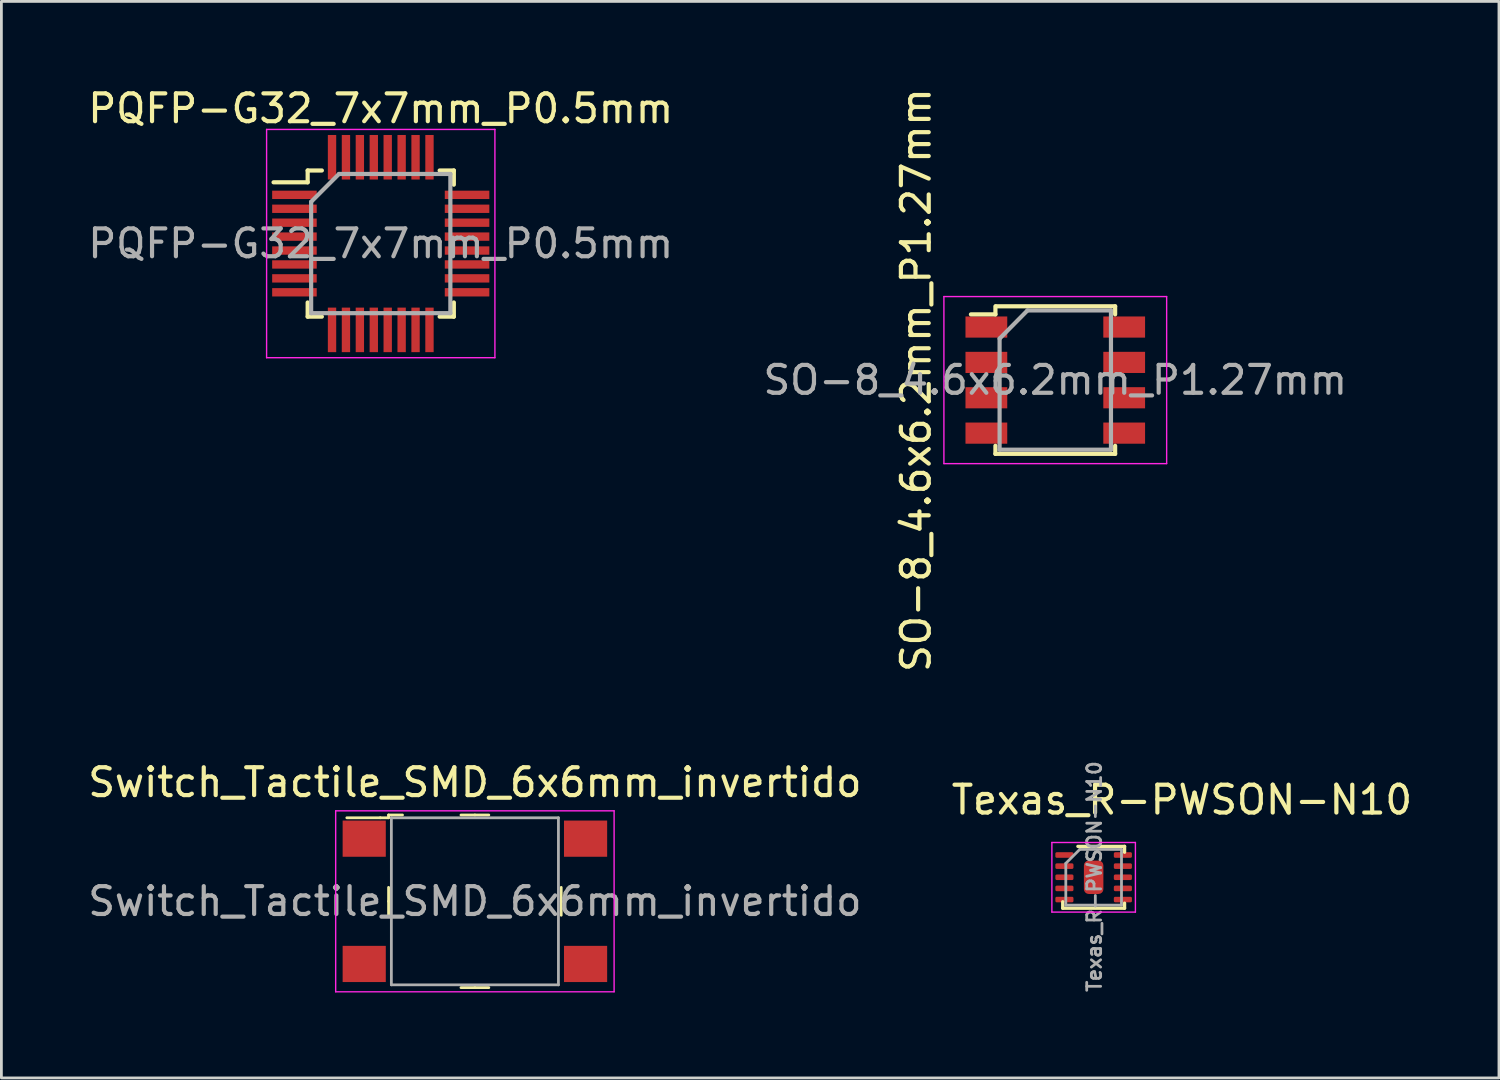
<source format=kicad_pcb>
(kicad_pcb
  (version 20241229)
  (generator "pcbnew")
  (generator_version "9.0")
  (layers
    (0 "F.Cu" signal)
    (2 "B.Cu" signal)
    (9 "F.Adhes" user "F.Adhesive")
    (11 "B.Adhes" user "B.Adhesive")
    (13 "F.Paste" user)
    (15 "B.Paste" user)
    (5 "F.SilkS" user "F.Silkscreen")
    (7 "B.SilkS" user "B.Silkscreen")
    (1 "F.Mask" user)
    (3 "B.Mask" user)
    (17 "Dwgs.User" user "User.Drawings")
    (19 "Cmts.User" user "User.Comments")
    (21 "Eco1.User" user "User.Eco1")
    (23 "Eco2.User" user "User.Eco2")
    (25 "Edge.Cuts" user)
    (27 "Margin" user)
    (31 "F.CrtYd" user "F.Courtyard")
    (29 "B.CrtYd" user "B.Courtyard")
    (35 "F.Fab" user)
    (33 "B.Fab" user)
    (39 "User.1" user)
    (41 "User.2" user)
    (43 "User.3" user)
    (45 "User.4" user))
  (footprint "Switch_Tactile_SMD_6x6mm_invertido"
    (layer "F.Cu")
    (at 14.006 29.321)
    (property "Reference" "Switch_Tactile_SMD_6x6mm_invertido" (at 0 -4.27 0) (layer "F.SilkS") (effects (font (size 1 1) (thickness 0.15))))
    (attr through_hole)
    (fp_line (start -3.4 -3) (end -4.6 -3) (stroke (width 0.1) (type solid)) (layer "F.SilkS"))
    (fp_line (start -3.1 -3.1) (end -3.1 -3) (stroke (width 0.1) (type solid)) (layer "F.SilkS"))
    (fp_line (start -3.1 -3) (end -3.4 -3) (stroke (width 0.1) (type solid)) (layer "F.SilkS"))
    (fp_line (start -3.1 0) (end -3.1 -0.5) (stroke (width 0.1) (type solid)) (layer "F.SilkS"))
    (fp_line (start -3.1 0) (end -3.1 0.5) (stroke (width 0.1) (type solid)) (layer "F.SilkS"))
    (fp_line (start -2.6 -3.1) (end -3.1 -3.1) (stroke (width 0.1) (type solid)) (layer "F.SilkS"))
    (fp_line (start 0 -3.1) (end -0.5 -3.1) (stroke (width 0.1) (type solid)) (layer "F.SilkS"))
    (fp_line (start 0 -3.1) (end 0.5 -3.1) (stroke (width 0.1) (type solid)) (layer "F.SilkS"))
    (fp_line (start 0 3.1) (end -0.5 3.1) (stroke (width 0.1) (type solid)) (layer "F.SilkS"))
    (fp_line (start 0 3.1) (end 0.5 3.1) (stroke (width 0.1) (type solid)) (layer "F.SilkS"))
    (fp_line (start 3.1 0) (end 3.1 -0.5) (stroke (width 0.1) (type solid)) (layer "F.SilkS"))
    (fp_line (start 3.1 0) (end 3.1 0.5) (stroke (width 0.1) (type solid)) (layer "F.SilkS"))
    (fp_line (start -5 -3.25) (end -5 3.25) (stroke (width 0.05) (type solid)) (layer "F.CrtYd"))
    (fp_line (start 5 -3.25) (end -5 -3.25) (stroke (width 0.05) (type solid)) (layer "F.CrtYd"))
    (fp_line (start 5 -3.25) (end 5 3.25) (stroke (width 0.05) (type solid)) (layer "F.CrtYd"))
    (fp_line (start 5 3.25) (end -5 3.25) (stroke (width 0.05) (type solid)) (layer "F.CrtYd"))
    (fp_line (start -3 -3) (end -3 3) (stroke (width 0.1) (type solid)) (layer "F.Fab"))
    (fp_line (start -3 -3) (end 3 -3) (stroke (width 0.1) (type solid)) (layer "F.Fab"))
    (fp_line (start -3 3) (end 3 3) (stroke (width 0.1) (type solid)) (layer "F.Fab"))
    (fp_line (start 3 3) (end 3 -3) (stroke (width 0.1) (type solid)) (layer "F.Fab"))
    (fp_text user "${REFERENCE}" (at 0 0 0) (layer "F.Fab") (effects (font (size 1 1) (thickness 0.15))))
    (pad "1" smd rect (at -3.975 -2.25) (size 1.55 1.3) (layers "F.Cu" "F.Mask" "F.Paste"))
    (pad "2" smd rect (at -3.975 2.25) (size 1.55 1.3) (layers "F.Cu" "F.Mask" "F.Paste"))
    (pad "3" smd rect (at 3.975 -2.25) (size 1.55 1.3) (layers "F.Cu" "F.Mask" "F.Paste"))
    (pad "4" smd rect (at 3.975 2.25) (size 1.55 1.3) (layers "F.Cu" "F.Mask" "F.Paste")))
  (footprint "PQFP-G32_7x7mm_P0.5mm"
    (layer "F.Cu")
    (at 10.625 5.698)
    (property "Reference" "PQFP-G32_7x7mm_P0.5mm" (at 0 -4.85 0) (layer "F.SilkS") (effects (font (size 1 1) (thickness 0.15))))
    (attr smd)
    (fp_line (start -2.625 -2.625) (end -2.625 -2.2) (stroke (width 0.15) (type solid)) (layer "F.SilkS"))
    (fp_line (start -2.625 -2.625) (end -2.115 -2.625) (stroke (width 0.15) (type solid)) (layer "F.SilkS"))
    (fp_line (start -2.625 -2.2) (end -3.85 -2.2) (stroke (width 0.15) (type solid)) (layer "F.SilkS"))
    (fp_line (start -2.625 2.625) (end -2.625 2.115) (stroke (width 0.15) (type solid)) (layer "F.SilkS"))
    (fp_line (start -2.625 2.625) (end -2.115 2.625) (stroke (width 0.15) (type solid)) (layer "F.SilkS"))
    (fp_line (start 2.625 -2.625) (end 2.115 -2.625) (stroke (width 0.15) (type solid)) (layer "F.SilkS"))
    (fp_line (start 2.625 -2.625) (end 2.625 -2.115) (stroke (width 0.15) (type solid)) (layer "F.SilkS"))
    (fp_line (start 2.625 2.625) (end 2.115 2.625) (stroke (width 0.15) (type solid)) (layer "F.SilkS"))
    (fp_line (start 2.625 2.625) (end 2.625 2.115) (stroke (width 0.15) (type solid)) (layer "F.SilkS"))
    (fp_line (start -4.1 -4.1) (end -4.1 4.1) (stroke (width 0.05) (type solid)) (layer "F.CrtYd"))
    (fp_line (start -4.1 -4.1) (end 4.1 -4.1) (stroke (width 0.05) (type solid)) (layer "F.CrtYd"))
    (fp_line (start -4.1 4.1) (end 4.1 4.1) (stroke (width 0.05) (type solid)) (layer "F.CrtYd"))
    (fp_line (start 4.1 -4.1) (end 4.1 4.1) (stroke (width 0.05) (type solid)) (layer "F.CrtYd"))
    (fp_line (start -2.5 -1.5) (end -1.5 -2.5) (stroke (width 0.15) (type solid)) (layer "F.Fab"))
    (fp_line (start -2.5 2.5) (end -2.5 -1.5) (stroke (width 0.15) (type solid)) (layer "F.Fab"))
    (fp_line (start -1.5 -2.5) (end 2.5 -2.5) (stroke (width 0.15) (type solid)) (layer "F.Fab"))
    (fp_line (start 2.5 -2.5) (end 2.5 2.5) (stroke (width 0.15) (type solid)) (layer "F.Fab"))
    (fp_line (start 2.5 2.5) (end -2.5 2.5) (stroke (width 0.15) (type solid)) (layer "F.Fab"))
    (fp_text user "${REFERENCE}" (at 0 0 0) (layer "F.Fab") (effects (font (size 1 1) (thickness 0.15))))
    (pad "1" smd rect (at -3.1 -1.75) (size 1.6 0.3) (layers "F.Cu" "F.Mask" "F.Paste"))
    (pad "2" smd rect (at -3.1 -1.25) (size 1.6 0.3) (layers "F.Cu" "F.Mask" "F.Paste"))
    (pad "3" smd rect (at -3.1 -0.75) (size 1.6 0.3) (layers "F.Cu" "F.Mask" "F.Paste"))
    (pad "4" smd rect (at -3.1 -0.25) (size 1.6 0.3) (layers "F.Cu" "F.Mask" "F.Paste"))
    (pad "5" smd rect (at -3.1 0.25) (size 1.6 0.3) (layers "F.Cu" "F.Mask" "F.Paste"))
    (pad "6" smd rect (at -3.1 0.75) (size 1.6 0.3) (layers "F.Cu" "F.Mask" "F.Paste"))
    (pad "7" smd rect (at -3.1 1.25) (size 1.6 0.3) (layers "F.Cu" "F.Mask" "F.Paste"))
    (pad "8" smd rect (at -3.1 1.75) (size 1.6 0.3) (layers "F.Cu" "F.Mask" "F.Paste"))
    (pad "9" smd rect (at -1.75 3.1 90) (size 1.6 0.3) (layers "F.Cu" "F.Mask" "F.Paste"))
    (pad "10" smd rect (at -1.25 3.1 90) (size 1.6 0.3) (layers "F.Cu" "F.Mask" "F.Paste"))
    (pad "11" smd rect (at -0.75 3.1 90) (size 1.6 0.3) (layers "F.Cu" "F.Mask" "F.Paste"))
    (pad "12" smd rect (at -0.25 3.1 90) (size 1.6 0.3) (layers "F.Cu" "F.Mask" "F.Paste"))
    (pad "13" smd rect (at 0.25 3.1 90) (size 1.6 0.3) (layers "F.Cu" "F.Mask" "F.Paste"))
    (pad "14" smd rect (at 0.75 3.1 90) (size 1.6 0.3) (layers "F.Cu" "F.Mask" "F.Paste"))
    (pad "15" smd rect (at 1.25 3.1 90) (size 1.6 0.3) (layers "F.Cu" "F.Mask" "F.Paste"))
    (pad "16" smd rect (at 1.75 3.1 90) (size 1.6 0.3) (layers "F.Cu" "F.Mask" "F.Paste"))
    (pad "17" smd rect (at 3.1 1.75) (size 1.6 0.3) (layers "F.Cu" "F.Mask" "F.Paste"))
    (pad "18" smd rect (at 3.1 1.25) (size 1.6 0.3) (layers "F.Cu" "F.Mask" "F.Paste"))
    (pad "19" smd rect (at 3.1 0.75) (size 1.6 0.3) (layers "F.Cu" "F.Mask" "F.Paste"))
    (pad "20" smd rect (at 3.1 0.25) (size 1.6 0.3) (layers "F.Cu" "F.Mask" "F.Paste"))
    (pad "21" smd rect (at 3.1 -0.25) (size 1.6 0.3) (layers "F.Cu" "F.Mask" "F.Paste"))
    (pad "22" smd rect (at 3.1 -0.75) (size 1.6 0.3) (layers "F.Cu" "F.Mask" "F.Paste"))
    (pad "23" smd rect (at 3.1 -1.25) (size 1.6 0.3) (layers "F.Cu" "F.Mask" "F.Paste"))
    (pad "24" smd rect (at 3.1 -1.75) (size 1.6 0.3) (layers "F.Cu" "F.Mask" "F.Paste"))
    (pad "25" smd rect (at 1.75 -3.1 90) (size 1.6 0.3) (layers "F.Cu" "F.Mask" "F.Paste"))
    (pad "26" smd rect (at 1.25 -3.1 90) (size 1.6 0.3) (layers "F.Cu" "F.Mask" "F.Paste"))
    (pad "27" smd rect (at 0.75 -3.1 90) (size 1.6 0.3) (layers "F.Cu" "F.Mask" "F.Paste"))
    (pad "28" smd rect (at 0.25 -3.1 90) (size 1.6 0.3) (layers "F.Cu" "F.Mask" "F.Paste"))
    (pad "29" smd rect (at -0.25 -3.1 90) (size 1.6 0.3) (layers "F.Cu" "F.Mask" "F.Paste"))
    (pad "30" smd rect (at -0.75 -3.1 90) (size 1.6 0.3) (layers "F.Cu" "F.Mask" "F.Paste"))
    (pad "31" smd rect (at -1.25 -3.1 90) (size 1.6 0.3) (layers "F.Cu" "F.Mask" "F.Paste"))
    (pad "32" smd rect (at -1.75 -3.1 90) (size 1.6 0.3) (layers "F.Cu" "F.Mask" "F.Paste")))
  (footprint "SO-8_4.6x6.2mm_P1.27mm"
    (layer "F.Cu")
    (at 34.851 10.601)
    (property "Reference" "SO-8_4.6x6.2mm_P1.27mm" (at -5 0 270) (layer "F.SilkS") (effects (font (size 1 1) (thickness 0.15))))
    (attr smd)
    (fp_line (start -2.15 -2.65) (end -2.15 -2.36) (stroke (width 0.15) (type solid)) (layer "F.SilkS"))
    (fp_line (start -2.15 -2.36) (end -3.03 -2.36) (stroke (width 0.15) (type solid)) (layer "F.SilkS"))
    (fp_line (start -2.15 2.65) (end -2.15 2.36) (stroke (width 0.15) (type solid)) (layer "F.SilkS"))
    (fp_line (start -2.15 2.65) (end 2.15 2.65) (stroke (width 0.15) (type solid)) (layer "F.SilkS"))
    (fp_line (start -2.13 -2.65) (end 2.15 -2.65) (stroke (width 0.15) (type solid)) (layer "F.SilkS"))
    (fp_line (start 2.15 -2.65) (end 2.15 -2.36) (stroke (width 0.15) (type solid)) (layer "F.SilkS"))
    (fp_line (start 2.15 2.65) (end 2.15 2.36) (stroke (width 0.15) (type solid)) (layer "F.SilkS"))
    (fp_line (start -4 -3) (end -4 3) (stroke (width 0.05) (type solid)) (layer "F.CrtYd"))
    (fp_line (start -4 -3) (end 4 -3) (stroke (width 0.05) (type solid)) (layer "F.CrtYd"))
    (fp_line (start -4 3) (end 4 3) (stroke (width 0.05) (type solid)) (layer "F.CrtYd"))
    (fp_line (start 4 -3) (end 4 3) (stroke (width 0.05) (type solid)) (layer "F.CrtYd"))
    (fp_line (start -2 -1.49) (end -1 -2.5) (stroke (width 0.15) (type solid)) (layer "F.Fab"))
    (fp_line (start -2 2.5) (end -2 -1.49) (stroke (width 0.15) (type solid)) (layer "F.Fab"))
    (fp_line (start -1 -2.5) (end 2 -2.5) (stroke (width 0.15) (type solid)) (layer "F.Fab"))
    (fp_line (start 2 -2.5) (end 2 2.5) (stroke (width 0.15) (type solid)) (layer "F.Fab"))
    (fp_line (start 2 2.5) (end -2 2.5) (stroke (width 0.15) (type solid)) (layer "F.Fab"))
    (fp_text user "${REFERENCE}" (at 0 0 0) (layer "F.Fab") (effects (font (size 1 1) (thickness 0.15))))
    (pad "1" smd rect (at -2.475 -1.905) (size 1.5 0.76) (layers "F.Cu" "F.Mask" "F.Paste"))
    (pad "2" smd rect (at -2.475 -0.635) (size 1.5 0.76) (layers "F.Cu" "F.Mask" "F.Paste"))
    (pad "3" smd rect (at -2.475 0.635) (size 1.5 0.76) (layers "F.Cu" "F.Mask" "F.Paste"))
    (pad "4" smd rect (at -2.475 1.905) (size 1.5 0.76) (layers "F.Cu" "F.Mask" "F.Paste"))
    (pad "5" smd rect (at 2.475 1.905) (size 1.5 0.76) (layers "F.Cu" "F.Mask" "F.Paste"))
    (pad "6" smd rect (at 2.475 0.635) (size 1.5 0.76) (layers "F.Cu" "F.Mask" "F.Paste"))
    (pad "7" smd rect (at 2.475 -0.635) (size 1.5 0.76) (layers "F.Cu" "F.Mask" "F.Paste"))
    (pad "8" smd rect (at 2.475 -1.905) (size 1.5 0.76) (layers "F.Cu" "F.Mask" "F.Paste")))
  (footprint "Texas_R-PWSON-N10"
    (layer "F.Cu")
    (at 36.229 28.458)
    (property "Reference" "Texas_R-PWSON-N10" (at 3.17 -2.78 0) (layer "F.SilkS") (effects (font (size 1 1) (thickness 0.15))))
    (attr smd)
    (fp_line (start -1.11 1.11) (end -1.11 0.88) (stroke (width 0.12) (type solid)) (layer "F.SilkS"))
    (fp_line (start 1.11 -1.11) (end -0.565 -1.11) (stroke (width 0.12) (type solid)) (layer "F.SilkS"))
    (fp_line (start 1.11 -1.11) (end 1.11 -0.9) (stroke (width 0.12) (type solid)) (layer "F.SilkS"))
    (fp_line (start 1.11 1.11) (end -1.11 1.11) (stroke (width 0.12) (type solid)) (layer "F.SilkS"))
    (fp_line (start 1.11 1.11) (end 1.11 0.93) (stroke (width 0.12) (type solid)) (layer "F.SilkS"))
    (fp_line (start -1.5 -1.25) (end -1.5 1.25) (stroke (width 0.05) (type solid)) (layer "F.CrtYd"))
    (fp_line (start -1.5 -1.25) (end 1.5 -1.25) (stroke (width 0.05) (type solid)) (layer "F.CrtYd"))
    (fp_line (start -1.5 1.25) (end 1.5 1.25) (stroke (width 0.05) (type solid)) (layer "F.CrtYd"))
    (fp_line (start 1.5 -1.25) (end 1.5 1.25) (stroke (width 0.05) (type solid)) (layer "F.CrtYd"))
    (fp_line (start -1 -0.5) (end -1 1) (stroke (width 0.1) (type solid)) (layer "F.Fab"))
    (fp_line (start -1 1) (end 1 1) (stroke (width 0.1) (type solid)) (layer "F.Fab"))
    (fp_line (start -0.5 -1) (end -1 -0.5) (stroke (width 0.1) (type solid)) (layer "F.Fab"))
    (fp_line (start -0.5 -1) (end 1 -1) (stroke (width 0.1) (type solid)) (layer "F.Fab"))
    (fp_line (start 1 -1) (end 1 1) (stroke (width 0.1) (type solid)) (layer "F.Fab"))
    (fp_text user "${REFERENCE}" (at 0.025 -0.025 90) (layer "F.Fab") (effects (font (size 0.5 0.5) (thickness 0.1))))
    (pad "1" smd roundrect (at -1.05 -0.8 90) (size 0.2 0.65) (layers "F.Cu" "F.Mask" "F.Paste") (roundrect_rratio 0.25))
    (pad "2" smd roundrect (at -1.05 -0.4 90) (size 0.2 0.65) (layers "F.Cu" "F.Mask" "F.Paste") (roundrect_rratio 0.25))
    (pad "3" smd roundrect (at -1.05 0 90) (size 0.2 0.65) (layers "F.Cu" "F.Mask" "F.Paste") (roundrect_rratio 0.25))
    (pad "4" smd roundrect (at -1.05 0.4 90) (size 0.2 0.65) (layers "F.Cu" "F.Mask" "F.Paste") (roundrect_rratio 0.25))
    (pad "5" smd roundrect (at -1.05 0.8 90) (size 0.2 0.65) (layers "F.Cu" "F.Mask" "F.Paste") (roundrect_rratio 0.25))
    (pad "6" smd roundrect (at 1.05 0.8 90) (size 0.2 0.65) (layers "F.Cu" "F.Mask" "F.Paste") (roundrect_rratio 0.25))
    (pad "7" smd roundrect (at 1.05 0.4 90) (size 0.2 0.65) (layers "F.Cu" "F.Mask" "F.Paste") (roundrect_rratio 0.25))
    (pad "8" smd roundrect (at 1.05 0 90) (size 0.2 0.65) (layers "F.Cu" "F.Mask" "F.Paste") (roundrect_rratio 0.25))
    (pad "9" smd roundrect (at 1.05 -0.4 90) (size 0.2 0.65) (layers "F.Cu" "F.Mask" "F.Paste") (roundrect_rratio 0.25))
    (pad "10" smd roundrect (at 1.05 -0.8 90) (size 0.2 0.65) (layers "F.Cu" "F.Mask" "F.Paste") (roundrect_rratio 0.25))
    (pad "11" smd roundrect (at 0 0 180) (size 0.7 1.2) (layers "F.Cu" "F.Mask" "F.Paste") (roundrect_rratio 0.25)))
  (gr_rect
    (start -3 -3)
    (end 50.786 35.664)
    (stroke (width 0.1) (type default))
    (fill no)
    (layer "Edge.Cuts")))
</source>
